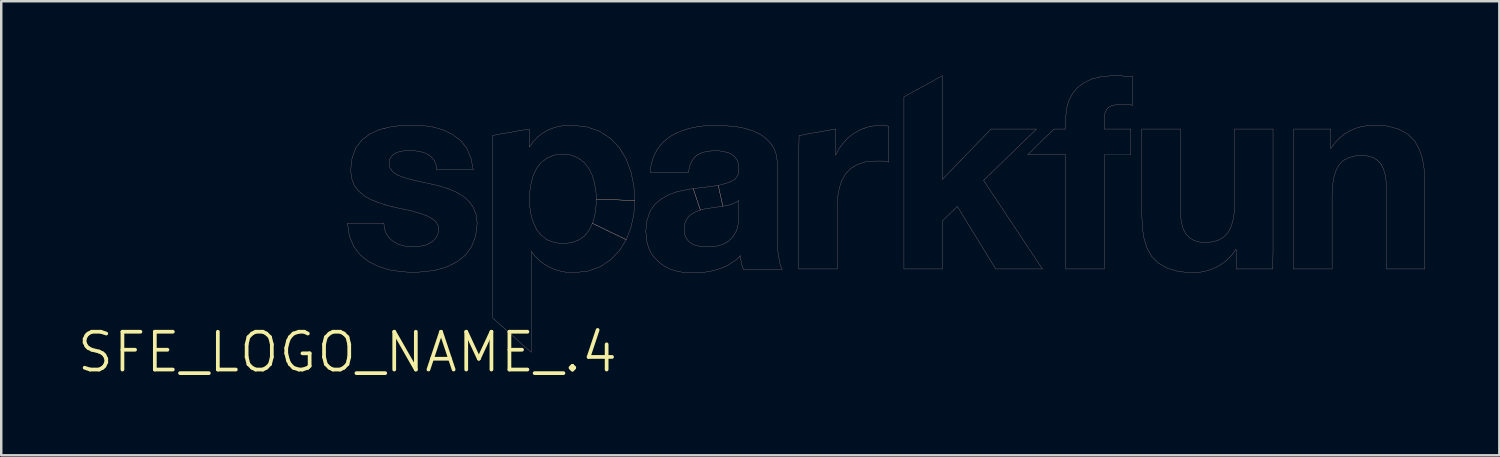
<source format=kicad_pcb>
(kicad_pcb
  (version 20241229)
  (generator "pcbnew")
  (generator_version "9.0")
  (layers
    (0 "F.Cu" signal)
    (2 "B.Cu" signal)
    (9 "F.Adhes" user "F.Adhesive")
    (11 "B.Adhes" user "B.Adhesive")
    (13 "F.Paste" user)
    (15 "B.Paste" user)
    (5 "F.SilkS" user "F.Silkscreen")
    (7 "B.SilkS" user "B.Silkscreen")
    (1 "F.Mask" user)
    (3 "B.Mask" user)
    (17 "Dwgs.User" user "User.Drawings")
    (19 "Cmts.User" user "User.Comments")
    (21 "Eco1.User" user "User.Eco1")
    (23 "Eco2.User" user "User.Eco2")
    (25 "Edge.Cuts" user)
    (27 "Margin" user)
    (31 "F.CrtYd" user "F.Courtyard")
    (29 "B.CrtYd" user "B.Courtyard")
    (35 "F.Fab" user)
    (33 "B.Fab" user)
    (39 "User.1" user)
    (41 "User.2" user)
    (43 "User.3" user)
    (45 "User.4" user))
  (footprint "SFE_LOGO_NAME_.4"
    (layer "F.Cu")
    (at 10.958 11.152)
    (property "Reference" "SFE_LOGO_NAME_.4" (at 0 0 0) (layer "F.SilkS") (effects (font (size 1.524 1.524) (thickness 0.15))))
    (attr exclude_from_pos_files exclude_from_bom)
    (fp_line (start 0 -5.199) (end 1.288 -5.199) (stroke (width 0.008) (type solid)) (layer "B.SilkS"))
    (fp_line (start 0.079 -4.689) (end 0 -5.199) (stroke (width 0.008) (type solid)) (layer "B.SilkS"))
    (fp_line (start 0.13 -7.348) (end 0.188 -7.838) (stroke (width 0.008) (type solid)) (layer "B.SilkS"))
    (fp_line (start 0.168 -7.008) (end 0.13 -7.348) (stroke (width 0.008) (type solid)) (layer "B.SilkS"))
    (fp_line (start 0.188 -7.838) (end 0.338 -8.24) (stroke (width 0.008) (type solid)) (layer "B.SilkS"))
    (fp_line (start 0.249 -4.27) (end 0.079 -4.689) (stroke (width 0.008) (type solid)) (layer "B.SilkS"))
    (fp_line (start 0.279 -6.718) (end 0.168 -7.008) (stroke (width 0.008) (type solid)) (layer "B.SilkS"))
    (fp_line (start 0.338 -8.24) (end 0.589 -8.56) (stroke (width 0.008) (type solid)) (layer "B.SilkS"))
    (fp_line (start 0.46 -6.49) (end 0.279 -6.718) (stroke (width 0.008) (type solid)) (layer "B.SilkS"))
    (fp_line (start 0.518 -3.919) (end 0.249 -4.27) (stroke (width 0.008) (type solid)) (layer "B.SilkS"))
    (fp_line (start 0.589 -8.56) (end 0.899 -8.799) (stroke (width 0.008) (type solid)) (layer "B.SilkS"))
    (fp_line (start 0.688 -6.299) (end 0.46 -6.49) (stroke (width 0.008) (type solid)) (layer "B.SilkS"))
    (fp_line (start 0.848 -3.658) (end 0.518 -3.919) (stroke (width 0.008) (type solid)) (layer "B.SilkS"))
    (fp_line (start 0.899 -8.799) (end 1.278 -8.969) (stroke (width 0.008) (type solid)) (layer "B.SilkS"))
    (fp_line (start 0.958 -6.149) (end 0.688 -6.299) (stroke (width 0.008) (type solid)) (layer "B.SilkS"))
    (fp_line (start 1.25 -3.459) (end 0.848 -3.658) (stroke (width 0.008) (type solid)) (layer "B.SilkS"))
    (fp_line (start 1.26 -6.03) (end 0.958 -6.149) (stroke (width 0.008) (type solid)) (layer "B.SilkS"))
    (fp_line (start 1.278 -8.969) (end 1.689 -9.078) (stroke (width 0.008) (type solid)) (layer "B.SilkS"))
    (fp_line (start 1.288 -5.199) (end 1.468 -5.199) (stroke (width 0.008) (type solid)) (layer "B.SilkS"))
    (fp_line (start 1.468 -5.199) (end 1.499 -4.958) (stroke (width 0.008) (type solid)) (layer "B.SilkS"))
    (fp_line (start 1.499 -4.958) (end 1.57 -4.768) (stroke (width 0.008) (type solid)) (layer "B.SilkS"))
    (fp_line (start 1.57 -4.768) (end 1.689 -4.6) (stroke (width 0.008) (type solid)) (layer "B.SilkS"))
    (fp_line (start 1.58 -5.928) (end 1.26 -6.03) (stroke (width 0.008) (type solid)) (layer "B.SilkS"))
    (fp_line (start 1.679 -7.61) (end 1.72 -7.419) (stroke (width 0.008) (type solid)) (layer "B.SilkS"))
    (fp_line (start 1.689 -9.078) (end 2.129 -9.139) (stroke (width 0.008) (type solid)) (layer "B.SilkS"))
    (fp_line (start 1.689 -4.6) (end 1.839 -4.468) (stroke (width 0.008) (type solid)) (layer "B.SilkS"))
    (fp_line (start 1.689 -3.32) (end 1.25 -3.459) (stroke (width 0.008) (type solid)) (layer "B.SilkS"))
    (fp_line (start 1.699 -7.77) (end 1.679 -7.61) (stroke (width 0.008) (type solid)) (layer "B.SilkS"))
    (fp_line (start 1.72 -7.419) (end 1.829 -7.269) (stroke (width 0.008) (type solid)) (layer "B.SilkS"))
    (fp_line (start 1.768 -7.889) (end 1.699 -7.77) (stroke (width 0.008) (type solid)) (layer "B.SilkS"))
    (fp_line (start 1.829 -7.269) (end 2.009 -7.148) (stroke (width 0.008) (type solid)) (layer "B.SilkS"))
    (fp_line (start 1.839 -4.468) (end 2.019 -4.369) (stroke (width 0.008) (type solid)) (layer "B.SilkS"))
    (fp_line (start 1.859 -7.978) (end 1.768 -7.889) (stroke (width 0.008) (type solid)) (layer "B.SilkS"))
    (fp_line (start 1.918 -5.839) (end 1.58 -5.928) (stroke (width 0.008) (type solid)) (layer "B.SilkS"))
    (fp_line (start 1.979 -8.049) (end 1.859 -7.978) (stroke (width 0.008) (type solid)) (layer "B.SilkS"))
    (fp_line (start 2.009 -7.148) (end 2.228 -7.059) (stroke (width 0.008) (type solid)) (layer "B.SilkS"))
    (fp_line (start 2.019 -4.369) (end 2.22 -4.298) (stroke (width 0.008) (type solid)) (layer "B.SilkS"))
    (fp_line (start 2.118 -8.09) (end 1.979 -8.049) (stroke (width 0.008) (type solid)) (layer "B.SilkS"))
    (fp_line (start 2.129 -9.139) (end 2.588 -9.159) (stroke (width 0.008) (type solid)) (layer "B.SilkS"))
    (fp_line (start 2.159 -3.249) (end 1.689 -3.32) (stroke (width 0.008) (type solid)) (layer "B.SilkS"))
    (fp_line (start 2.22 -4.298) (end 2.438 -4.26) (stroke (width 0.008) (type solid)) (layer "B.SilkS"))
    (fp_line (start 2.228 -7.059) (end 2.499 -6.98) (stroke (width 0.008) (type solid)) (layer "B.SilkS"))
    (fp_line (start 2.258 -8.118) (end 2.118 -8.09) (stroke (width 0.008) (type solid)) (layer "B.SilkS"))
    (fp_line (start 2.309 -5.758) (end 1.918 -5.839) (stroke (width 0.008) (type solid)) (layer "B.SilkS"))
    (fp_line (start 2.408 -8.128) (end 2.258 -8.118) (stroke (width 0.008) (type solid)) (layer "B.SilkS"))
    (fp_line (start 2.438 -4.26) (end 2.659 -4.249) (stroke (width 0.008) (type solid)) (layer "B.SilkS"))
    (fp_line (start 2.499 -6.98) (end 2.789 -6.909) (stroke (width 0.008) (type solid)) (layer "B.SilkS"))
    (fp_line (start 2.54 -8.128) (end 2.408 -8.128) (stroke (width 0.008) (type solid)) (layer "B.SilkS"))
    (fp_line (start 2.588 -9.159) (end 3.038 -9.139) (stroke (width 0.008) (type solid)) (layer "B.SilkS"))
    (fp_line (start 2.649 -3.218) (end 2.159 -3.249) (stroke (width 0.008) (type solid)) (layer "B.SilkS"))
    (fp_line (start 2.659 -5.679) (end 2.309 -5.758) (stroke (width 0.008) (type solid)) (layer "B.SilkS"))
    (fp_line (start 2.659 -4.249) (end 2.83 -4.26) (stroke (width 0.008) (type solid)) (layer "B.SilkS"))
    (fp_line (start 2.748 -8.118) (end 2.54 -8.128) (stroke (width 0.008) (type solid)) (layer "B.SilkS"))
    (fp_line (start 2.789 -6.909) (end 3.109 -6.838) (stroke (width 0.008) (type solid)) (layer "B.SilkS"))
    (fp_line (start 2.83 -4.26) (end 3.01 -4.288) (stroke (width 0.008) (type solid)) (layer "B.SilkS"))
    (fp_line (start 2.939 -8.09) (end 2.748 -8.118) (stroke (width 0.008) (type solid)) (layer "B.SilkS"))
    (fp_line (start 2.959 -5.588) (end 2.659 -5.679) (stroke (width 0.008) (type solid)) (layer "B.SilkS"))
    (fp_line (start 3.01 -4.288) (end 3.178 -4.328) (stroke (width 0.008) (type solid)) (layer "B.SilkS"))
    (fp_line (start 3.038 -9.139) (end 3.47 -9.078) (stroke (width 0.008) (type solid)) (layer "B.SilkS"))
    (fp_line (start 3.109 -8.039) (end 2.939 -8.09) (stroke (width 0.008) (type solid)) (layer "B.SilkS"))
    (fp_line (start 3.109 -6.838) (end 3.439 -6.769) (stroke (width 0.008) (type solid)) (layer "B.SilkS"))
    (fp_line (start 3.129 -3.249) (end 2.649 -3.218) (stroke (width 0.008) (type solid)) (layer "B.SilkS"))
    (fp_line (start 3.178 -4.328) (end 3.33 -4.409) (stroke (width 0.008) (type solid)) (layer "B.SilkS"))
    (fp_line (start 3.208 -5.499) (end 2.959 -5.588) (stroke (width 0.008) (type solid)) (layer "B.SilkS"))
    (fp_line (start 3.259 -7.968) (end 3.109 -8.039) (stroke (width 0.008) (type solid)) (layer "B.SilkS"))
    (fp_line (start 3.33 -4.409) (end 3.47 -4.498) (stroke (width 0.008) (type solid)) (layer "B.SilkS"))
    (fp_line (start 3.388 -7.869) (end 3.259 -7.968) (stroke (width 0.008) (type solid)) (layer "B.SilkS"))
    (fp_line (start 3.409 -5.39) (end 3.208 -5.499) (stroke (width 0.008) (type solid)) (layer "B.SilkS"))
    (fp_line (start 3.439 -6.769) (end 3.769 -6.688) (stroke (width 0.008) (type solid)) (layer "B.SilkS"))
    (fp_line (start 3.47 -9.078) (end 3.879 -8.959) (stroke (width 0.008) (type solid)) (layer "B.SilkS"))
    (fp_line (start 3.47 -4.498) (end 3.579 -4.628) (stroke (width 0.008) (type solid)) (layer "B.SilkS"))
    (fp_line (start 3.498 -7.739) (end 3.388 -7.869) (stroke (width 0.008) (type solid)) (layer "B.SilkS"))
    (fp_line (start 3.559 -5.268) (end 3.409 -5.39) (stroke (width 0.008) (type solid)) (layer "B.SilkS"))
    (fp_line (start 3.569 -7.569) (end 3.498 -7.739) (stroke (width 0.008) (type solid)) (layer "B.SilkS"))
    (fp_line (start 3.579 -4.628) (end 3.65 -4.778) (stroke (width 0.008) (type solid)) (layer "B.SilkS"))
    (fp_line (start 3.589 -3.32) (end 3.129 -3.249) (stroke (width 0.008) (type solid)) (layer "B.SilkS"))
    (fp_line (start 3.599 -7.358) (end 3.569 -7.569) (stroke (width 0.008) (type solid)) (layer "B.SilkS"))
    (fp_line (start 3.65 -5.128) (end 3.559 -5.268) (stroke (width 0.008) (type solid)) (layer "B.SilkS"))
    (fp_line (start 3.65 -4.778) (end 3.678 -4.968) (stroke (width 0.008) (type solid)) (layer "B.SilkS"))
    (fp_line (start 3.678 -4.968) (end 3.65 -5.128) (stroke (width 0.008) (type solid)) (layer "B.SilkS"))
    (fp_line (start 3.769 -6.688) (end 4.1 -6.579) (stroke (width 0.008) (type solid)) (layer "B.SilkS"))
    (fp_line (start 3.879 -8.959) (end 4.239 -8.778) (stroke (width 0.008) (type solid)) (layer "B.SilkS"))
    (fp_line (start 4.028 -3.449) (end 3.589 -3.32) (stroke (width 0.008) (type solid)) (layer "B.SilkS"))
    (fp_line (start 4.1 -6.579) (end 4.399 -6.449) (stroke (width 0.008) (type solid)) (layer "B.SilkS"))
    (fp_line (start 4.239 -8.778) (end 4.559 -8.539) (stroke (width 0.008) (type solid)) (layer "B.SilkS"))
    (fp_line (start 4.399 -6.449) (end 4.669 -6.289) (stroke (width 0.008) (type solid)) (layer "B.SilkS"))
    (fp_line (start 4.42 -3.65) (end 4.028 -3.449) (stroke (width 0.008) (type solid)) (layer "B.SilkS"))
    (fp_line (start 4.559 -8.539) (end 4.808 -8.23) (stroke (width 0.008) (type solid)) (layer "B.SilkS"))
    (fp_line (start 4.669 -6.289) (end 4.9 -6.088) (stroke (width 0.008) (type solid)) (layer "B.SilkS"))
    (fp_line (start 4.75 -3.909) (end 4.42 -3.65) (stroke (width 0.008) (type solid)) (layer "B.SilkS"))
    (fp_line (start 4.808 -8.23) (end 4.978 -7.838) (stroke (width 0.008) (type solid)) (layer "B.SilkS"))
    (fp_line (start 4.9 -6.088) (end 5.07 -5.85) (stroke (width 0.008) (type solid)) (layer "B.SilkS"))
    (fp_line (start 4.978 -7.838) (end 5.07 -7.358) (stroke (width 0.008) (type solid)) (layer "B.SilkS"))
    (fp_line (start 4.999 -4.249) (end 4.75 -3.909) (stroke (width 0.008) (type solid)) (layer "B.SilkS"))
    (fp_line (start 5.07 -7.358) (end 3.599 -7.358) (stroke (width 0.008) (type solid)) (layer "B.SilkS"))
    (fp_line (start 5.07 -5.85) (end 5.189 -5.55) (stroke (width 0.008) (type solid)) (layer "B.SilkS"))
    (fp_line (start 5.169 -4.679) (end 4.999 -4.249) (stroke (width 0.008) (type solid)) (layer "B.SilkS"))
    (fp_line (start 5.189 -5.55) (end 5.23 -5.189) (stroke (width 0.008) (type solid)) (layer "B.SilkS"))
    (fp_line (start 5.23 -5.189) (end 5.169 -4.679) (stroke (width 0.008) (type solid)) (layer "B.SilkS"))
    (fp_line (start 5.86 -8.738) (end 6.038 -8.778) (stroke (width 0.008) (type solid)) (layer "B.SilkS"))
    (fp_line (start 5.86 -1.379) (end 5.86 -8.738) (stroke (width 0.008) (type solid)) (layer "B.SilkS"))
    (fp_line (start 6.038 -8.778) (end 6.228 -8.809) (stroke (width 0.008) (type solid)) (layer "B.SilkS"))
    (fp_line (start 6.048 -1.209) (end 5.86 -1.379) (stroke (width 0.008) (type solid)) (layer "B.SilkS"))
    (fp_line (start 6.228 -8.809) (end 6.408 -8.839) (stroke (width 0.008) (type solid)) (layer "B.SilkS"))
    (fp_line (start 6.248 -1.029) (end 6.048 -1.209) (stroke (width 0.008) (type solid)) (layer "B.SilkS"))
    (fp_line (start 6.408 -8.839) (end 6.599 -8.87) (stroke (width 0.008) (type solid)) (layer "B.SilkS"))
    (fp_line (start 6.439 -0.859) (end 6.248 -1.029) (stroke (width 0.008) (type solid)) (layer "B.SilkS"))
    (fp_line (start 6.599 -8.87) (end 6.779 -8.908) (stroke (width 0.008) (type solid)) (layer "B.SilkS"))
    (fp_line (start 6.629 -0.688) (end 6.439 -0.859) (stroke (width 0.008) (type solid)) (layer "B.SilkS"))
    (fp_line (start 6.779 -8.908) (end 6.96 -8.938) (stroke (width 0.008) (type solid)) (layer "B.SilkS"))
    (fp_line (start 6.828 -0.518) (end 6.629 -0.688) (stroke (width 0.008) (type solid)) (layer "B.SilkS"))
    (fp_line (start 6.96 -8.938) (end 7.148 -8.969) (stroke (width 0.008) (type solid)) (layer "B.SilkS"))
    (fp_line (start 7.018 -0.338) (end 6.828 -0.518) (stroke (width 0.008) (type solid)) (layer "B.SilkS"))
    (fp_line (start 7.148 -8.969) (end 7.328 -8.999) (stroke (width 0.008) (type solid)) (layer "B.SilkS"))
    (fp_line (start 7.219 -0.168) (end 7.018 -0.338) (stroke (width 0.008) (type solid)) (layer "B.SilkS"))
    (fp_line (start 7.328 -8.999) (end 7.328 -8.278) (stroke (width 0.008) (type solid)) (layer "B.SilkS"))
    (fp_line (start 7.328 -8.278) (end 7.338 -8.278) (stroke (width 0.008) (type solid)) (layer "B.SilkS"))
    (fp_line (start 7.338 -8.278) (end 7.498 -8.499) (stroke (width 0.008) (type solid)) (layer "B.SilkS"))
    (fp_line (start 7.338 -6.17) (end 7.358 -5.829) (stroke (width 0.008) (type solid)) (layer "B.SilkS"))
    (fp_line (start 7.358 -6.507) (end 7.338 -6.17) (stroke (width 0.008) (type solid)) (layer "B.SilkS"))
    (fp_line (start 7.358 -5.829) (end 7.409 -5.499) (stroke (width 0.008) (type solid)) (layer "B.SilkS"))
    (fp_line (start 7.409 -6.838) (end 7.358 -6.507) (stroke (width 0.008) (type solid)) (layer "B.SilkS"))
    (fp_line (start 7.409 -5.499) (end 7.508 -5.199) (stroke (width 0.008) (type solid)) (layer "B.SilkS"))
    (fp_line (start 7.409 -4.059) (end 7.409 0) (stroke (width 0.008) (type solid)) (layer "B.SilkS"))
    (fp_line (start 7.409 0) (end 7.219 -0.168) (stroke (width 0.008) (type solid)) (layer "B.SilkS"))
    (fp_line (start 7.419 -4.059) (end 7.409 -4.059) (stroke (width 0.008) (type solid)) (layer "B.SilkS"))
    (fp_line (start 7.498 -8.499) (end 7.668 -8.679) (stroke (width 0.008) (type solid)) (layer "B.SilkS"))
    (fp_line (start 7.498 -7.148) (end 7.409 -6.838) (stroke (width 0.008) (type solid)) (layer "B.SilkS"))
    (fp_line (start 7.508 -5.199) (end 7.638 -4.928) (stroke (width 0.008) (type solid)) (layer "B.SilkS"))
    (fp_line (start 7.569 -3.868) (end 7.419 -4.059) (stroke (width 0.008) (type solid)) (layer "B.SilkS"))
    (fp_line (start 7.628 -7.419) (end 7.498 -7.148) (stroke (width 0.008) (type solid)) (layer "B.SilkS"))
    (fp_line (start 7.638 -4.928) (end 7.828 -4.699) (stroke (width 0.008) (type solid)) (layer "B.SilkS"))
    (fp_line (start 7.668 -8.679) (end 7.859 -8.829) (stroke (width 0.008) (type solid)) (layer "B.SilkS"))
    (fp_line (start 7.75 -3.688) (end 7.569 -3.868) (stroke (width 0.008) (type solid)) (layer "B.SilkS"))
    (fp_line (start 7.808 -7.648) (end 7.628 -7.419) (stroke (width 0.008) (type solid)) (layer "B.SilkS"))
    (fp_line (start 7.828 -4.699) (end 8.059 -4.529) (stroke (width 0.008) (type solid)) (layer "B.SilkS"))
    (fp_line (start 7.859 -8.829) (end 8.059 -8.948) (stroke (width 0.008) (type solid)) (layer "B.SilkS"))
    (fp_line (start 7.938 -3.548) (end 7.75 -3.688) (stroke (width 0.008) (type solid)) (layer "B.SilkS"))
    (fp_line (start 8.049 -7.828) (end 7.808 -7.648) (stroke (width 0.008) (type solid)) (layer "B.SilkS"))
    (fp_line (start 8.059 -8.948) (end 8.288 -9.04) (stroke (width 0.008) (type solid)) (layer "B.SilkS"))
    (fp_line (start 8.059 -4.529) (end 8.349 -4.42) (stroke (width 0.008) (type solid)) (layer "B.SilkS"))
    (fp_line (start 8.148 -3.429) (end 7.938 -3.548) (stroke (width 0.008) (type solid)) (layer "B.SilkS"))
    (fp_line (start 8.288 -9.04) (end 8.519 -9.108) (stroke (width 0.008) (type solid)) (layer "B.SilkS"))
    (fp_line (start 8.329 -7.948) (end 8.049 -7.828) (stroke (width 0.008) (type solid)) (layer "B.SilkS"))
    (fp_line (start 8.349 -4.42) (end 8.7 -4.379) (stroke (width 0.008) (type solid)) (layer "B.SilkS"))
    (fp_line (start 8.369 -3.33) (end 8.148 -3.429) (stroke (width 0.008) (type solid)) (layer "B.SilkS"))
    (fp_line (start 8.519 -9.108) (end 8.768 -9.139) (stroke (width 0.008) (type solid)) (layer "B.SilkS"))
    (fp_line (start 8.608 -3.269) (end 8.369 -3.33) (stroke (width 0.008) (type solid)) (layer "B.SilkS"))
    (fp_line (start 8.679 -7.988) (end 8.329 -7.948) (stroke (width 0.008) (type solid)) (layer "B.SilkS"))
    (fp_line (start 8.7 -4.379) (end 9.04 -4.42) (stroke (width 0.008) (type solid)) (layer "B.SilkS"))
    (fp_line (start 8.768 -9.139) (end 9.02 -9.159) (stroke (width 0.008) (type solid)) (layer "B.SilkS"))
    (fp_line (start 8.849 -3.218) (end 8.608 -3.269) (stroke (width 0.008) (type solid)) (layer "B.SilkS"))
    (fp_line (start 9.02 -9.159) (end 9.639 -9.088) (stroke (width 0.008) (type solid)) (layer "B.SilkS"))
    (fp_line (start 9.03 -7.948) (end 8.679 -7.988) (stroke (width 0.008) (type solid)) (layer "B.SilkS"))
    (fp_line (start 9.04 -4.42) (end 9.329 -4.529) (stroke (width 0.008) (type solid)) (layer "B.SilkS"))
    (fp_line (start 9.108 -3.208) (end 8.849 -3.218) (stroke (width 0.008) (type solid)) (layer "B.SilkS"))
    (fp_line (start 9.309 -7.828) (end 9.03 -7.948) (stroke (width 0.008) (type solid)) (layer "B.SilkS"))
    (fp_line (start 9.329 -4.529) (end 9.568 -4.699) (stroke (width 0.008) (type solid)) (layer "B.SilkS"))
    (fp_line (start 9.548 -7.648) (end 9.309 -7.828) (stroke (width 0.008) (type solid)) (layer "B.SilkS"))
    (fp_line (start 9.568 -4.699) (end 9.749 -4.928) (stroke (width 0.008) (type solid)) (layer "B.SilkS"))
    (fp_line (start 9.639 -9.088) (end 10.168 -8.908) (stroke (width 0.008) (type solid)) (layer "B.SilkS"))
    (fp_line (start 9.688 -3.269) (end 9.108 -3.208) (stroke (width 0.008) (type solid)) (layer "B.SilkS"))
    (fp_line (start 9.728 -7.419) (end 9.548 -7.648) (stroke (width 0.008) (type solid)) (layer "B.SilkS"))
    (fp_line (start 9.749 -4.928) (end 9.878 -5.199) (stroke (width 0.008) (type solid)) (layer "B.SilkS"))
    (fp_line (start 9.868 -7.14) (end 9.728 -7.419) (stroke (width 0.008) (type solid)) (layer "B.SilkS"))
    (fp_line (start 9.878 -5.199) (end 9.97 -5.499) (stroke (width 0.008) (type solid)) (layer "B.SilkS"))
    (fp_line (start 9.878 -5.199) (end 11.239 -4.539) (stroke (width 0.008) (type solid)) (layer "B.SilkS"))
    (fp_line (start 9.959 -6.828) (end 9.868 -7.14) (stroke (width 0.008) (type solid)) (layer "B.SilkS"))
    (fp_line (start 9.97 -5.499) (end 10.018 -5.829) (stroke (width 0.008) (type solid)) (layer "B.SilkS"))
    (fp_line (start 10.018 -6.5) (end 9.959 -6.828) (stroke (width 0.008) (type solid)) (layer "B.SilkS"))
    (fp_line (start 10.018 -5.829) (end 10.038 -6.17) (stroke (width 0.008) (type solid)) (layer "B.SilkS"))
    (fp_line (start 10.038 -6.17) (end 10.018 -6.5) (stroke (width 0.008) (type solid)) (layer "B.SilkS"))
    (fp_line (start 10.038 -6.17) (end 11.587 -6.119) (stroke (width 0.008) (type solid)) (layer "B.SilkS"))
    (fp_line (start 10.168 -8.908) (end 10.61 -8.618) (stroke (width 0.008) (type solid)) (layer "B.SilkS"))
    (fp_line (start 10.198 -3.449) (end 9.688 -3.269) (stroke (width 0.008) (type solid)) (layer "B.SilkS"))
    (fp_line (start 10.61 -8.618) (end 10.968 -8.24) (stroke (width 0.008) (type solid)) (layer "B.SilkS"))
    (fp_line (start 10.62 -3.739) (end 10.198 -3.449) (stroke (width 0.008) (type solid)) (layer "B.SilkS"))
    (fp_line (start 10.968 -8.24) (end 11.239 -7.788) (stroke (width 0.008) (type solid)) (layer "B.SilkS"))
    (fp_line (start 10.968 -4.1) (end 10.62 -3.739) (stroke (width 0.008) (type solid)) (layer "B.SilkS"))
    (fp_line (start 11.239 -7.788) (end 11.43 -7.269) (stroke (width 0.008) (type solid)) (layer "B.SilkS"))
    (fp_line (start 11.239 -4.539) (end 9.878 -5.199) (stroke (width 0.008) (type solid)) (layer "B.SilkS"))
    (fp_line (start 11.239 -4.539) (end 10.968 -4.1) (stroke (width 0.008) (type solid)) (layer "B.SilkS"))
    (fp_line (start 11.43 -7.269) (end 11.549 -6.708) (stroke (width 0.008) (type solid)) (layer "B.SilkS"))
    (fp_line (start 11.43 -5.029) (end 11.239 -4.539) (stroke (width 0.008) (type solid)) (layer "B.SilkS"))
    (fp_line (start 11.549 -6.708) (end 11.587 -6.119) (stroke (width 0.008) (type solid)) (layer "B.SilkS"))
    (fp_line (start 11.549 -5.568) (end 11.43 -5.029) (stroke (width 0.008) (type solid)) (layer "B.SilkS"))
    (fp_line (start 11.587 -6.119) (end 10.038 -6.17) (stroke (width 0.008) (type solid)) (layer "B.SilkS"))
    (fp_line (start 11.587 -6.119) (end 11.549 -5.568) (stroke (width 0.008) (type solid)) (layer "B.SilkS"))
    (fp_line (start 12.029 -4.889) (end 12.078 -5.319) (stroke (width 0.008) (type solid)) (layer "B.SilkS"))
    (fp_line (start 12.05 -4.679) (end 12.029 -4.889) (stroke (width 0.008) (type solid)) (layer "B.SilkS"))
    (fp_line (start 12.068 -4.478) (end 12.05 -4.679) (stroke (width 0.008) (type solid)) (layer "B.SilkS"))
    (fp_line (start 12.078 -5.319) (end 12.2 -5.679) (stroke (width 0.008) (type solid)) (layer "B.SilkS"))
    (fp_line (start 12.118 -4.298) (end 12.068 -4.478) (stroke (width 0.008) (type solid)) (layer "B.SilkS"))
    (fp_line (start 12.179 -4.128) (end 12.118 -4.298) (stroke (width 0.008) (type solid)) (layer "B.SilkS"))
    (fp_line (start 12.2 -5.679) (end 12.388 -5.959) (stroke (width 0.008) (type solid)) (layer "B.SilkS"))
    (fp_line (start 12.21 -7.259) (end 12.238 -7.518) (stroke (width 0.008) (type solid)) (layer "B.SilkS"))
    (fp_line (start 12.238 -7.518) (end 12.299 -7.76) (stroke (width 0.008) (type solid)) (layer "B.SilkS"))
    (fp_line (start 12.258 -3.978) (end 12.179 -4.128) (stroke (width 0.008) (type solid)) (layer "B.SilkS"))
    (fp_line (start 12.299 -7.76) (end 12.38 -7.968) (stroke (width 0.008) (type solid)) (layer "B.SilkS"))
    (fp_line (start 12.36 -3.838) (end 12.258 -3.978) (stroke (width 0.008) (type solid)) (layer "B.SilkS"))
    (fp_line (start 12.38 -7.968) (end 12.479 -8.158) (stroke (width 0.008) (type solid)) (layer "B.SilkS"))
    (fp_line (start 12.388 -5.959) (end 12.639 -6.17) (stroke (width 0.008) (type solid)) (layer "B.SilkS"))
    (fp_line (start 12.469 -3.719) (end 12.36 -3.838) (stroke (width 0.008) (type solid)) (layer "B.SilkS"))
    (fp_line (start 12.479 -8.158) (end 12.609 -8.339) (stroke (width 0.008) (type solid)) (layer "B.SilkS"))
    (fp_line (start 12.588 -3.609) (end 12.469 -3.719) (stroke (width 0.008) (type solid)) (layer "B.SilkS"))
    (fp_line (start 12.609 -8.339) (end 12.748 -8.489) (stroke (width 0.008) (type solid)) (layer "B.SilkS"))
    (fp_line (start 12.639 -6.17) (end 12.929 -6.34) (stroke (width 0.008) (type solid)) (layer "B.SilkS"))
    (fp_line (start 12.728 -3.508) (end 12.588 -3.609) (stroke (width 0.008) (type solid)) (layer "B.SilkS"))
    (fp_line (start 12.748 -8.489) (end 12.918 -8.628) (stroke (width 0.008) (type solid)) (layer "B.SilkS"))
    (fp_line (start 12.868 -3.419) (end 12.728 -3.508) (stroke (width 0.008) (type solid)) (layer "B.SilkS"))
    (fp_line (start 12.918 -8.628) (end 13.089 -8.748) (stroke (width 0.008) (type solid)) (layer "B.SilkS"))
    (fp_line (start 12.929 -6.34) (end 13.249 -6.459) (stroke (width 0.008) (type solid)) (layer "B.SilkS"))
    (fp_line (start 13.028 -3.348) (end 12.868 -3.419) (stroke (width 0.008) (type solid)) (layer "B.SilkS"))
    (fp_line (start 13.089 -8.748) (end 13.289 -8.849) (stroke (width 0.008) (type solid)) (layer "B.SilkS"))
    (fp_line (start 13.198 -3.289) (end 13.028 -3.348) (stroke (width 0.008) (type solid)) (layer "B.SilkS"))
    (fp_line (start 13.249 -6.459) (end 13.589 -6.538) (stroke (width 0.008) (type solid)) (layer "B.SilkS"))
    (fp_line (start 13.289 -8.849) (end 13.49 -8.928) (stroke (width 0.008) (type solid)) (layer "B.SilkS"))
    (fp_line (start 13.378 -3.249) (end 13.198 -3.289) (stroke (width 0.008) (type solid)) (layer "B.SilkS"))
    (fp_line (start 13.49 -8.928) (end 13.698 -8.999) (stroke (width 0.008) (type solid)) (layer "B.SilkS"))
    (fp_line (start 13.559 -3.218) (end 13.378 -3.249) (stroke (width 0.008) (type solid)) (layer "B.SilkS"))
    (fp_line (start 13.579 -5.06) (end 13.579 -4.859) (stroke (width 0.008) (type solid)) (layer "B.SilkS"))
    (fp_line (start 13.579 -4.859) (end 13.599 -4.768) (stroke (width 0.008) (type solid)) (layer "B.SilkS"))
    (fp_line (start 13.589 -6.538) (end 13.94 -6.599) (stroke (width 0.008) (type solid)) (layer "B.SilkS"))
    (fp_line (start 13.599 -5.159) (end 13.579 -5.06) (stroke (width 0.008) (type solid)) (layer "B.SilkS"))
    (fp_line (start 13.599 -4.768) (end 13.619 -4.689) (stroke (width 0.008) (type solid)) (layer "B.SilkS"))
    (fp_line (start 13.619 -5.237) (end 13.599 -5.159) (stroke (width 0.008) (type solid)) (layer "B.SilkS"))
    (fp_line (start 13.619 -4.689) (end 13.658 -4.608) (stroke (width 0.008) (type solid)) (layer "B.SilkS"))
    (fp_line (start 13.658 -5.319) (end 13.619 -5.237) (stroke (width 0.008) (type solid)) (layer "B.SilkS"))
    (fp_line (start 13.658 -4.608) (end 13.698 -4.539) (stroke (width 0.008) (type solid)) (layer "B.SilkS"))
    (fp_line (start 13.698 -8.999) (end 13.929 -9.058) (stroke (width 0.008) (type solid)) (layer "B.SilkS"))
    (fp_line (start 13.698 -5.39) (end 13.658 -5.319) (stroke (width 0.008) (type solid)) (layer "B.SilkS"))
    (fp_line (start 13.698 -4.539) (end 13.749 -4.488) (stroke (width 0.008) (type solid)) (layer "B.SilkS"))
    (fp_line (start 13.739 -5.448) (end 13.698 -5.39) (stroke (width 0.008) (type solid)) (layer "B.SilkS"))
    (fp_line (start 13.749 -4.488) (end 13.8 -4.43) (stroke (width 0.008) (type solid)) (layer "B.SilkS"))
    (fp_line (start 13.759 -7.259) (end 12.21 -7.259) (stroke (width 0.008) (type solid)) (layer "B.SilkS"))
    (fp_line (start 13.759 -3.198) (end 13.559 -3.218) (stroke (width 0.008) (type solid)) (layer "B.SilkS"))
    (fp_line (start 13.769 -7.369) (end 13.759 -7.259) (stroke (width 0.008) (type solid)) (layer "B.SilkS"))
    (fp_line (start 13.79 -7.468) (end 13.769 -7.369) (stroke (width 0.008) (type solid)) (layer "B.SilkS"))
    (fp_line (start 13.8 -5.509) (end 13.739 -5.448) (stroke (width 0.008) (type solid)) (layer "B.SilkS"))
    (fp_line (start 13.8 -4.43) (end 13.868 -4.389) (stroke (width 0.008) (type solid)) (layer "B.SilkS"))
    (fp_line (start 13.818 -7.569) (end 13.79 -7.468) (stroke (width 0.008) (type solid)) (layer "B.SilkS"))
    (fp_line (start 13.858 -7.648) (end 13.818 -7.569) (stroke (width 0.008) (type solid)) (layer "B.SilkS"))
    (fp_line (start 13.858 -5.558) (end 13.8 -5.509) (stroke (width 0.008) (type solid)) (layer "B.SilkS"))
    (fp_line (start 13.868 -4.389) (end 13.94 -4.348) (stroke (width 0.008) (type solid)) (layer "B.SilkS"))
    (fp_line (start 13.899 -7.729) (end 13.858 -7.648) (stroke (width 0.008) (type solid)) (layer "B.SilkS"))
    (fp_line (start 13.919 -5.598) (end 13.858 -5.558) (stroke (width 0.008) (type solid)) (layer "B.SilkS"))
    (fp_line (start 13.929 -9.058) (end 14.148 -9.098) (stroke (width 0.008) (type solid)) (layer "B.SilkS"))
    (fp_line (start 13.94 -6.599) (end 14.229 -5.728) (stroke (width 0.008) (type solid)) (layer "B.SilkS"))
    (fp_line (start 13.94 -6.599) (end 14.287 -6.64) (stroke (width 0.008) (type solid)) (layer "B.SilkS"))
    (fp_line (start 13.94 -4.348) (end 14.008 -4.318) (stroke (width 0.008) (type solid)) (layer "B.SilkS"))
    (fp_line (start 13.95 -7.798) (end 13.899 -7.729) (stroke (width 0.008) (type solid)) (layer "B.SilkS"))
    (fp_line (start 13.998 -7.859) (end 13.95 -7.798) (stroke (width 0.008) (type solid)) (layer "B.SilkS"))
    (fp_line (start 13.998 -5.639) (end 13.919 -5.598) (stroke (width 0.008) (type solid)) (layer "B.SilkS"))
    (fp_line (start 14.008 -4.318) (end 14.089 -4.298) (stroke (width 0.008) (type solid)) (layer "B.SilkS"))
    (fp_line (start 14.059 -7.92) (end 13.998 -7.859) (stroke (width 0.008) (type solid)) (layer "B.SilkS"))
    (fp_line (start 14.069 -5.679) (end 13.998 -5.639) (stroke (width 0.008) (type solid)) (layer "B.SilkS"))
    (fp_line (start 14.089 -4.298) (end 14.168 -4.28) (stroke (width 0.008) (type solid)) (layer "B.SilkS"))
    (fp_line (start 14.089 -3.198) (end 13.759 -3.198) (stroke (width 0.008) (type solid)) (layer "B.SilkS"))
    (fp_line (start 14.127 -7.968) (end 14.059 -7.92) (stroke (width 0.008) (type solid)) (layer "B.SilkS"))
    (fp_line (start 14.148 -9.098) (end 14.389 -9.129) (stroke (width 0.008) (type solid)) (layer "B.SilkS"))
    (fp_line (start 14.148 -5.71) (end 14.069 -5.679) (stroke (width 0.008) (type solid)) (layer "B.SilkS"))
    (fp_line (start 14.168 -4.28) (end 14.26 -4.26) (stroke (width 0.008) (type solid)) (layer "B.SilkS"))
    (fp_line (start 14.209 -8.009) (end 14.127 -7.968) (stroke (width 0.008) (type solid)) (layer "B.SilkS"))
    (fp_line (start 14.219 -3.208) (end 14.089 -3.198) (stroke (width 0.008) (type solid)) (layer "B.SilkS"))
    (fp_line (start 14.229 -5.738) (end 13.94 -6.599) (stroke (width 0.008) (type solid)) (layer "B.SilkS"))
    (fp_line (start 14.229 -5.728) (end 14.148 -5.71) (stroke (width 0.008) (type solid)) (layer "B.SilkS"))
    (fp_line (start 14.26 -4.26) (end 14.348 -4.249) (stroke (width 0.008) (type solid)) (layer "B.SilkS"))
    (fp_line (start 14.287 -8.039) (end 14.209 -8.009) (stroke (width 0.008) (type solid)) (layer "B.SilkS"))
    (fp_line (start 14.287 -6.64) (end 14.628 -6.678) (stroke (width 0.008) (type solid)) (layer "B.SilkS"))
    (fp_line (start 14.318 -5.758) (end 14.229 -5.738) (stroke (width 0.008) (type solid)) (layer "B.SilkS"))
    (fp_line (start 14.348 -4.249) (end 14.529 -4.249) (stroke (width 0.008) (type solid)) (layer "B.SilkS"))
    (fp_line (start 14.348 -3.218) (end 14.219 -3.208) (stroke (width 0.008) (type solid)) (layer "B.SilkS"))
    (fp_line (start 14.379 -8.07) (end 14.287 -8.039) (stroke (width 0.008) (type solid)) (layer "B.SilkS"))
    (fp_line (start 14.389 -9.129) (end 14.618 -9.139) (stroke (width 0.008) (type solid)) (layer "B.SilkS"))
    (fp_line (start 14.409 -5.779) (end 14.318 -5.758) (stroke (width 0.008) (type solid)) (layer "B.SilkS"))
    (fp_line (start 14.468 -8.09) (end 14.379 -8.07) (stroke (width 0.008) (type solid)) (layer "B.SilkS"))
    (fp_line (start 14.478 -3.239) (end 14.348 -3.218) (stroke (width 0.008) (type solid)) (layer "B.SilkS"))
    (fp_line (start 14.498 -5.789) (end 14.409 -5.779) (stroke (width 0.008) (type solid)) (layer "B.SilkS"))
    (fp_line (start 14.529 -4.249) (end 14.74 -4.26) (stroke (width 0.008) (type solid)) (layer "B.SilkS"))
    (fp_line (start 14.569 -8.098) (end 14.468 -8.09) (stroke (width 0.008) (type solid)) (layer "B.SilkS"))
    (fp_line (start 14.59 -5.809) (end 14.498 -5.789) (stroke (width 0.008) (type solid)) (layer "B.SilkS"))
    (fp_line (start 14.608 -3.259) (end 14.478 -3.239) (stroke (width 0.008) (type solid)) (layer "B.SilkS"))
    (fp_line (start 14.618 -9.139) (end 15.07 -9.139) (stroke (width 0.008) (type solid)) (layer "B.SilkS"))
    (fp_line (start 14.628 -6.678) (end 14.948 -6.728) (stroke (width 0.008) (type solid)) (layer "B.SilkS"))
    (fp_line (start 14.668 -8.118) (end 14.569 -8.098) (stroke (width 0.008) (type solid)) (layer "B.SilkS"))
    (fp_line (start 14.679 -5.819) (end 14.59 -5.809) (stroke (width 0.008) (type solid)) (layer "B.SilkS"))
    (fp_line (start 14.729 -3.289) (end 14.608 -3.259) (stroke (width 0.008) (type solid)) (layer "B.SilkS"))
    (fp_line (start 14.74 -4.26) (end 14.928 -4.288) (stroke (width 0.008) (type solid)) (layer "B.SilkS"))
    (fp_line (start 14.768 -5.839) (end 14.679 -5.819) (stroke (width 0.008) (type solid)) (layer "B.SilkS"))
    (fp_line (start 14.859 -5.85) (end 14.768 -5.839) (stroke (width 0.008) (type solid)) (layer "B.SilkS"))
    (fp_line (start 14.859 -3.32) (end 14.729 -3.289) (stroke (width 0.008) (type solid)) (layer "B.SilkS"))
    (fp_line (start 14.928 -4.288) (end 15.098 -4.338) (stroke (width 0.008) (type solid)) (layer "B.SilkS"))
    (fp_line (start 14.948 -6.728) (end 15.138 -5.888) (stroke (width 0.008) (type solid)) (layer "B.SilkS"))
    (fp_line (start 14.948 -6.728) (end 15.23 -6.8) (stroke (width 0.008) (type solid)) (layer "B.SilkS"))
    (fp_line (start 14.958 -5.86) (end 14.859 -5.85) (stroke (width 0.008) (type solid)) (layer "B.SilkS"))
    (fp_line (start 14.978 -8.118) (end 14.668 -8.118) (stroke (width 0.008) (type solid)) (layer "B.SilkS"))
    (fp_line (start 14.978 -3.358) (end 14.859 -3.32) (stroke (width 0.008) (type solid)) (layer "B.SilkS"))
    (fp_line (start 15.05 -5.878) (end 14.958 -5.86) (stroke (width 0.008) (type solid)) (layer "B.SilkS"))
    (fp_line (start 15.07 -9.139) (end 15.288 -9.129) (stroke (width 0.008) (type solid)) (layer "B.SilkS"))
    (fp_line (start 15.08 -8.108) (end 14.978 -8.118) (stroke (width 0.008) (type solid)) (layer "B.SilkS"))
    (fp_line (start 15.098 -4.338) (end 15.24 -4.399) (stroke (width 0.008) (type solid)) (layer "B.SilkS"))
    (fp_line (start 15.098 -3.399) (end 14.978 -3.358) (stroke (width 0.008) (type solid)) (layer "B.SilkS"))
    (fp_line (start 15.138 -5.888) (end 14.948 -6.728) (stroke (width 0.008) (type solid)) (layer "B.SilkS"))
    (fp_line (start 15.138 -5.888) (end 15.05 -5.878) (stroke (width 0.008) (type solid)) (layer "B.SilkS"))
    (fp_line (start 15.169 -8.09) (end 15.08 -8.108) (stroke (width 0.008) (type solid)) (layer "B.SilkS"))
    (fp_line (start 15.22 -5.908) (end 15.138 -5.888) (stroke (width 0.008) (type solid)) (layer "B.SilkS"))
    (fp_line (start 15.22 -3.449) (end 15.098 -3.399) (stroke (width 0.008) (type solid)) (layer "B.SilkS"))
    (fp_line (start 15.23 -6.8) (end 15.458 -6.878) (stroke (width 0.008) (type solid)) (layer "B.SilkS"))
    (fp_line (start 15.24 -4.399) (end 15.359 -4.478) (stroke (width 0.008) (type solid)) (layer "B.SilkS"))
    (fp_line (start 15.258 -8.07) (end 15.169 -8.09) (stroke (width 0.008) (type solid)) (layer "B.SilkS"))
    (fp_line (start 15.288 -9.129) (end 15.509 -9.108) (stroke (width 0.008) (type solid)) (layer "B.SilkS"))
    (fp_line (start 15.309 -5.918) (end 15.22 -5.908) (stroke (width 0.008) (type solid)) (layer "B.SilkS"))
    (fp_line (start 15.339 -8.049) (end 15.258 -8.07) (stroke (width 0.008) (type solid)) (layer "B.SilkS"))
    (fp_line (start 15.339 -3.508) (end 15.22 -3.449) (stroke (width 0.008) (type solid)) (layer "B.SilkS"))
    (fp_line (start 15.359 -4.478) (end 15.458 -4.569) (stroke (width 0.008) (type solid)) (layer "B.SilkS"))
    (fp_line (start 15.39 -5.939) (end 15.309 -5.918) (stroke (width 0.008) (type solid)) (layer "B.SilkS"))
    (fp_line (start 15.418 -8.019) (end 15.339 -8.049) (stroke (width 0.008) (type solid)) (layer "B.SilkS"))
    (fp_line (start 15.448 -3.579) (end 15.339 -3.508) (stroke (width 0.008) (type solid)) (layer "B.SilkS"))
    (fp_line (start 15.458 -6.878) (end 15.639 -6.988) (stroke (width 0.008) (type solid)) (layer "B.SilkS"))
    (fp_line (start 15.458 -4.569) (end 15.54 -4.658) (stroke (width 0.008) (type solid)) (layer "B.SilkS"))
    (fp_line (start 15.469 -5.959) (end 15.39 -5.939) (stroke (width 0.008) (type solid)) (layer "B.SilkS"))
    (fp_line (start 15.489 -7.978) (end 15.418 -8.019) (stroke (width 0.008) (type solid)) (layer "B.SilkS"))
    (fp_line (start 15.509 -9.108) (end 15.718 -9.088) (stroke (width 0.008) (type solid)) (layer "B.SilkS"))
    (fp_line (start 15.54 -5.989) (end 15.469 -5.959) (stroke (width 0.008) (type solid)) (layer "B.SilkS"))
    (fp_line (start 15.54 -4.658) (end 15.608 -4.768) (stroke (width 0.008) (type solid)) (layer "B.SilkS"))
    (fp_line (start 15.55 -7.938) (end 15.489 -7.978) (stroke (width 0.008) (type solid)) (layer "B.SilkS"))
    (fp_line (start 15.557 -3.65) (end 15.448 -3.579) (stroke (width 0.008) (type solid)) (layer "B.SilkS"))
    (fp_line (start 15.608 -7.889) (end 15.55 -7.938) (stroke (width 0.008) (type solid)) (layer "B.SilkS"))
    (fp_line (start 15.608 -6.02) (end 15.54 -5.989) (stroke (width 0.008) (type solid)) (layer "B.SilkS"))
    (fp_line (start 15.608 -4.768) (end 15.669 -4.869) (stroke (width 0.008) (type solid)) (layer "B.SilkS"))
    (fp_line (start 15.639 -6.988) (end 15.748 -7.148) (stroke (width 0.008) (type solid)) (layer "B.SilkS"))
    (fp_line (start 15.659 -7.818) (end 15.608 -7.889) (stroke (width 0.008) (type solid)) (layer "B.SilkS"))
    (fp_line (start 15.659 -3.719) (end 15.557 -3.65) (stroke (width 0.008) (type solid)) (layer "B.SilkS"))
    (fp_line (start 15.669 -6.048) (end 15.608 -6.02) (stroke (width 0.008) (type solid)) (layer "B.SilkS"))
    (fp_line (start 15.669 -4.869) (end 15.71 -4.978) (stroke (width 0.008) (type solid)) (layer "B.SilkS"))
    (fp_line (start 15.71 -7.75) (end 15.659 -7.818) (stroke (width 0.008) (type solid)) (layer "B.SilkS"))
    (fp_line (start 15.71 -4.978) (end 15.738 -5.088) (stroke (width 0.008) (type solid)) (layer "B.SilkS"))
    (fp_line (start 15.718 -9.088) (end 15.928 -9.047) (stroke (width 0.008) (type solid)) (layer "B.SilkS"))
    (fp_line (start 15.728 -6.078) (end 15.669 -6.048) (stroke (width 0.008) (type solid)) (layer "B.SilkS"))
    (fp_line (start 15.738 -7.668) (end 15.71 -7.75) (stroke (width 0.008) (type solid)) (layer "B.SilkS"))
    (fp_line (start 15.738 -5.088) (end 15.758 -5.199) (stroke (width 0.008) (type solid)) (layer "B.SilkS"))
    (fp_line (start 15.748 -7.148) (end 15.778 -7.348) (stroke (width 0.008) (type solid)) (layer "B.SilkS"))
    (fp_line (start 15.758 -5.199) (end 15.768 -5.298) (stroke (width 0.008) (type solid)) (layer "B.SilkS"))
    (fp_line (start 15.758 -3.81) (end 15.659 -3.719) (stroke (width 0.008) (type solid)) (layer "B.SilkS"))
    (fp_line (start 15.768 -7.579) (end 15.738 -7.668) (stroke (width 0.008) (type solid)) (layer "B.SilkS"))
    (fp_line (start 15.768 -5.298) (end 15.778 -5.39) (stroke (width 0.008) (type solid)) (layer "B.SilkS"))
    (fp_line (start 15.778 -7.468) (end 15.768 -7.579) (stroke (width 0.008) (type solid)) (layer "B.SilkS"))
    (fp_line (start 15.778 -7.348) (end 15.778 -7.468) (stroke (width 0.008) (type solid)) (layer "B.SilkS"))
    (fp_line (start 15.778 -6.119) (end 15.728 -6.078) (stroke (width 0.008) (type solid)) (layer "B.SilkS"))
    (fp_line (start 15.778 -5.39) (end 15.778 -6.119) (stroke (width 0.008) (type solid)) (layer "B.SilkS"))
    (fp_line (start 15.85 -3.899) (end 15.758 -3.81) (stroke (width 0.008) (type solid)) (layer "B.SilkS"))
    (fp_line (start 15.85 -3.868) (end 15.85 -3.899) (stroke (width 0.008) (type solid)) (layer "B.SilkS"))
    (fp_line (start 15.86 -3.828) (end 15.85 -3.868) (stroke (width 0.008) (type solid)) (layer "B.SilkS"))
    (fp_line (start 15.86 -3.729) (end 15.86 -3.828) (stroke (width 0.008) (type solid)) (layer "B.SilkS"))
    (fp_line (start 15.87 -3.688) (end 15.86 -3.729) (stroke (width 0.008) (type solid)) (layer "B.SilkS"))
    (fp_line (start 15.87 -3.658) (end 15.87 -3.688) (stroke (width 0.008) (type solid)) (layer "B.SilkS"))
    (fp_line (start 15.878 -3.619) (end 15.87 -3.658) (stroke (width 0.008) (type solid)) (layer "B.SilkS"))
    (fp_line (start 15.888 -3.589) (end 15.878 -3.619) (stroke (width 0.008) (type solid)) (layer "B.SilkS"))
    (fp_line (start 15.898 -3.548) (end 15.888 -3.589) (stroke (width 0.008) (type solid)) (layer "B.SilkS"))
    (fp_line (start 15.898 -3.518) (end 15.898 -3.548) (stroke (width 0.008) (type solid)) (layer "B.SilkS"))
    (fp_line (start 15.918 -3.49) (end 15.898 -3.518) (stroke (width 0.008) (type solid)) (layer "B.SilkS"))
    (fp_line (start 15.928 -9.047) (end 16.139 -8.989) (stroke (width 0.008) (type solid)) (layer "B.SilkS"))
    (fp_line (start 15.928 -3.449) (end 15.918 -3.49) (stroke (width 0.008) (type solid)) (layer "B.SilkS"))
    (fp_line (start 15.938 -3.419) (end 15.928 -3.449) (stroke (width 0.008) (type solid)) (layer "B.SilkS"))
    (fp_line (start 15.949 -3.388) (end 15.938 -3.419) (stroke (width 0.008) (type solid)) (layer "B.SilkS"))
    (fp_line (start 15.959 -3.348) (end 15.949 -3.388) (stroke (width 0.008) (type solid)) (layer "B.SilkS"))
    (fp_line (start 16.139 -8.989) (end 16.34 -8.928) (stroke (width 0.008) (type solid)) (layer "B.SilkS"))
    (fp_line (start 16.34 -8.928) (end 16.518 -8.849) (stroke (width 0.008) (type solid)) (layer "B.SilkS"))
    (fp_line (start 16.518 -8.849) (end 16.688 -8.758) (stroke (width 0.008) (type solid)) (layer "B.SilkS"))
    (fp_line (start 16.688 -8.758) (end 16.848 -8.639) (stroke (width 0.008) (type solid)) (layer "B.SilkS"))
    (fp_line (start 16.848 -8.639) (end 16.988 -8.509) (stroke (width 0.008) (type solid)) (layer "B.SilkS"))
    (fp_line (start 16.988 -8.509) (end 17.109 -8.359) (stroke (width 0.008) (type solid)) (layer "B.SilkS"))
    (fp_line (start 17.109 -8.359) (end 17.209 -8.189) (stroke (width 0.008) (type solid)) (layer "B.SilkS"))
    (fp_line (start 17.209 -8.189) (end 17.28 -7.998) (stroke (width 0.008) (type solid)) (layer "B.SilkS"))
    (fp_line (start 17.28 -7.998) (end 17.318 -7.777) (stroke (width 0.008) (type solid)) (layer "B.SilkS"))
    (fp_line (start 17.318 -7.777) (end 17.338 -7.539) (stroke (width 0.008) (type solid)) (layer "B.SilkS"))
    (fp_line (start 17.338 -7.539) (end 17.338 -4.318) (stroke (width 0.008) (type solid)) (layer "B.SilkS"))
    (fp_line (start 17.338 -4.318) (end 17.348 -4.229) (stroke (width 0.008) (type solid)) (layer "B.SilkS"))
    (fp_line (start 17.348 -4.229) (end 17.348 -4.138) (stroke (width 0.008) (type solid)) (layer "B.SilkS"))
    (fp_line (start 17.348 -4.138) (end 17.358 -4.039) (stroke (width 0.008) (type solid)) (layer "B.SilkS"))
    (fp_line (start 17.358 -4.039) (end 17.369 -3.96) (stroke (width 0.008) (type solid)) (layer "B.SilkS"))
    (fp_line (start 17.369 -3.96) (end 17.379 -3.868) (stroke (width 0.008) (type solid)) (layer "B.SilkS"))
    (fp_line (start 17.379 -3.868) (end 17.399 -3.79) (stroke (width 0.008) (type solid)) (layer "B.SilkS"))
    (fp_line (start 17.399 -3.79) (end 17.409 -3.708) (stroke (width 0.008) (type solid)) (layer "B.SilkS"))
    (fp_line (start 17.409 -3.708) (end 17.419 -3.64) (stroke (width 0.008) (type solid)) (layer "B.SilkS"))
    (fp_line (start 17.419 -3.64) (end 17.44 -3.569) (stroke (width 0.008) (type solid)) (layer "B.SilkS"))
    (fp_line (start 17.44 -3.569) (end 17.46 -3.508) (stroke (width 0.008) (type solid)) (layer "B.SilkS"))
    (fp_line (start 17.46 -3.508) (end 17.478 -3.449) (stroke (width 0.008) (type solid)) (layer "B.SilkS"))
    (fp_line (start 17.478 -3.449) (end 17.508 -3.399) (stroke (width 0.008) (type solid)) (layer "B.SilkS"))
    (fp_line (start 17.508 -3.399) (end 17.529 -3.348) (stroke (width 0.008) (type solid)) (layer "B.SilkS"))
    (fp_line (start 17.529 -3.348) (end 15.959 -3.348) (stroke (width 0.008) (type solid)) (layer "B.SilkS"))
    (fp_line (start 18.199 -8.07) (end 18.209 -8.738) (stroke (width 0.008) (type solid)) (layer "B.SilkS"))
    (fp_line (start 18.199 -3.358) (end 18.199 -8.07) (stroke (width 0.008) (type solid)) (layer "B.SilkS"))
    (fp_line (start 18.209 -8.738) (end 18.4 -8.768) (stroke (width 0.008) (type solid)) (layer "B.SilkS"))
    (fp_line (start 18.4 -8.768) (end 18.578 -8.809) (stroke (width 0.008) (type solid)) (layer "B.SilkS"))
    (fp_line (start 18.578 -8.809) (end 18.758 -8.839) (stroke (width 0.008) (type solid)) (layer "B.SilkS"))
    (fp_line (start 18.758 -8.839) (end 18.948 -8.87) (stroke (width 0.008) (type solid)) (layer "B.SilkS"))
    (fp_line (start 18.948 -8.87) (end 19.129 -8.898) (stroke (width 0.008) (type solid)) (layer "B.SilkS"))
    (fp_line (start 19.129 -8.898) (end 19.319 -8.938) (stroke (width 0.008) (type solid)) (layer "B.SilkS"))
    (fp_line (start 19.319 -8.938) (end 19.5 -8.969) (stroke (width 0.008) (type solid)) (layer "B.SilkS"))
    (fp_line (start 19.5 -8.969) (end 19.688 -8.999) (stroke (width 0.008) (type solid)) (layer "B.SilkS"))
    (fp_line (start 19.688 -8.999) (end 19.688 -7.948) (stroke (width 0.008) (type solid)) (layer "B.SilkS"))
    (fp_line (start 19.688 -7.948) (end 19.82 -8.209) (stroke (width 0.008) (type solid)) (layer "B.SilkS"))
    (fp_line (start 19.748 -5.898) (end 19.748 -3.358) (stroke (width 0.008) (type solid)) (layer "B.SilkS"))
    (fp_line (start 19.748 -3.358) (end 18.199 -3.358) (stroke (width 0.008) (type solid)) (layer "B.SilkS"))
    (fp_line (start 19.769 -6.269) (end 19.748 -5.898) (stroke (width 0.008) (type solid)) (layer "B.SilkS"))
    (fp_line (start 19.82 -8.209) (end 19.99 -8.438) (stroke (width 0.008) (type solid)) (layer "B.SilkS"))
    (fp_line (start 19.83 -6.609) (end 19.769 -6.269) (stroke (width 0.008) (type solid)) (layer "B.SilkS"))
    (fp_line (start 19.929 -6.919) (end 19.83 -6.609) (stroke (width 0.008) (type solid)) (layer "B.SilkS"))
    (fp_line (start 19.99 -8.438) (end 20.188 -8.649) (stroke (width 0.008) (type solid)) (layer "B.SilkS"))
    (fp_line (start 20.079 -7.188) (end 19.929 -6.919) (stroke (width 0.008) (type solid)) (layer "B.SilkS"))
    (fp_line (start 20.188 -8.649) (end 20.409 -8.819) (stroke (width 0.008) (type solid)) (layer "B.SilkS"))
    (fp_line (start 20.29 -7.409) (end 20.079 -7.188) (stroke (width 0.008) (type solid)) (layer "B.SilkS"))
    (fp_line (start 20.409 -8.819) (end 20.658 -8.959) (stroke (width 0.008) (type solid)) (layer "B.SilkS"))
    (fp_line (start 20.559 -7.569) (end 20.29 -7.409) (stroke (width 0.008) (type solid)) (layer "B.SilkS"))
    (fp_line (start 20.658 -8.959) (end 20.93 -9.068) (stroke (width 0.008) (type solid)) (layer "B.SilkS"))
    (fp_line (start 20.879 -7.678) (end 20.559 -7.569) (stroke (width 0.008) (type solid)) (layer "B.SilkS"))
    (fp_line (start 20.93 -9.068) (end 21.209 -9.129) (stroke (width 0.008) (type solid)) (layer "B.SilkS"))
    (fp_line (start 21.209 -9.129) (end 21.488 -9.149) (stroke (width 0.008) (type solid)) (layer "B.SilkS"))
    (fp_line (start 21.278 -7.709) (end 20.879 -7.678) (stroke (width 0.008) (type solid)) (layer "B.SilkS"))
    (fp_line (start 21.488 -9.149) (end 21.669 -9.149) (stroke (width 0.008) (type solid)) (layer "B.SilkS"))
    (fp_line (start 21.57 -7.709) (end 21.278 -7.709) (stroke (width 0.008) (type solid)) (layer "B.SilkS"))
    (fp_line (start 21.638 -7.699) (end 21.57 -7.709) (stroke (width 0.008) (type solid)) (layer "B.SilkS"))
    (fp_line (start 21.669 -9.149) (end 21.709 -9.139) (stroke (width 0.008) (type solid)) (layer "B.SilkS"))
    (fp_line (start 21.709 -9.139) (end 21.747 -9.129) (stroke (width 0.008) (type solid)) (layer "B.SilkS"))
    (fp_line (start 21.709 -7.689) (end 21.638 -7.699) (stroke (width 0.008) (type solid)) (layer "B.SilkS"))
    (fp_line (start 21.747 -9.129) (end 21.788 -9.119) (stroke (width 0.008) (type solid)) (layer "B.SilkS"))
    (fp_line (start 21.778 -7.678) (end 21.709 -7.689) (stroke (width 0.008) (type solid)) (layer "B.SilkS"))
    (fp_line (start 21.788 -9.119) (end 21.829 -9.108) (stroke (width 0.008) (type solid)) (layer "B.SilkS"))
    (fp_line (start 21.829 -9.108) (end 21.829 -7.668) (stroke (width 0.008) (type solid)) (layer "B.SilkS"))
    (fp_line (start 21.829 -7.668) (end 21.778 -7.678) (stroke (width 0.008) (type solid)) (layer "B.SilkS"))
    (fp_line (start 22.438 -10.3) (end 23.988 -11.148) (stroke (width 0.008) (type solid)) (layer "B.SilkS"))
    (fp_line (start 22.438 -3.358) (end 22.438 -10.3) (stroke (width 0.008) (type solid)) (layer "B.SilkS"))
    (fp_line (start 23.988 -11.148) (end 23.988 -6.97) (stroke (width 0.008) (type solid)) (layer "B.SilkS"))
    (fp_line (start 23.988 -6.97) (end 25.949 -8.999) (stroke (width 0.008) (type solid)) (layer "B.SilkS"))
    (fp_line (start 23.988 -5.298) (end 23.988 -3.358) (stroke (width 0.008) (type solid)) (layer "B.SilkS"))
    (fp_line (start 23.988 -3.358) (end 22.438 -3.358) (stroke (width 0.008) (type solid)) (layer "B.SilkS"))
    (fp_line (start 24.59 -5.878) (end 23.988 -5.298) (stroke (width 0.008) (type solid)) (layer "B.SilkS"))
    (fp_line (start 25.649 -6.929) (end 28.019 -3.358) (stroke (width 0.008) (type solid)) (layer "B.SilkS"))
    (fp_line (start 25.949 -8.999) (end 27.78 -8.999) (stroke (width 0.008) (type solid)) (layer "B.SilkS"))
    (fp_line (start 26.139 -3.358) (end 24.59 -5.878) (stroke (width 0.008) (type solid)) (layer "B.SilkS"))
    (fp_line (start 27.429 -7.968) (end 27.569 -8.098) (stroke (width 0.008) (type solid)) (layer "B.SilkS"))
    (fp_line (start 27.569 -8.098) (end 27.699 -8.23) (stroke (width 0.008) (type solid)) (layer "B.SilkS"))
    (fp_line (start 27.699 -8.23) (end 27.828 -8.359) (stroke (width 0.008) (type solid)) (layer "B.SilkS"))
    (fp_line (start 27.78 -8.999) (end 25.649 -6.929) (stroke (width 0.008) (type solid)) (layer "B.SilkS"))
    (fp_line (start 27.828 -8.359) (end 27.958 -8.489) (stroke (width 0.008) (type solid)) (layer "B.SilkS"))
    (fp_line (start 27.958 -8.489) (end 28.09 -8.618) (stroke (width 0.008) (type solid)) (layer "B.SilkS"))
    (fp_line (start 28.019 -3.358) (end 26.139 -3.358) (stroke (width 0.008) (type solid)) (layer "B.SilkS"))
    (fp_line (start 28.09 -8.618) (end 28.23 -8.748) (stroke (width 0.008) (type solid)) (layer "B.SilkS"))
    (fp_line (start 28.23 -8.748) (end 28.359 -8.87) (stroke (width 0.008) (type solid)) (layer "B.SilkS"))
    (fp_line (start 28.359 -8.87) (end 28.489 -8.999) (stroke (width 0.008) (type solid)) (layer "B.SilkS"))
    (fp_line (start 28.489 -8.999) (end 28.959 -8.999) (stroke (width 0.008) (type solid)) (layer "B.SilkS"))
    (fp_line (start 28.959 -9.439) (end 28.989 -9.799) (stroke (width 0.008) (type solid)) (layer "B.SilkS"))
    (fp_line (start 28.959 -8.999) (end 28.959 -9.439) (stroke (width 0.008) (type solid)) (layer "B.SilkS"))
    (fp_line (start 28.959 -7.968) (end 27.429 -7.968) (stroke (width 0.008) (type solid)) (layer "B.SilkS"))
    (fp_line (start 28.959 -7.389) (end 28.959 -7.968) (stroke (width 0.008) (type solid)) (layer "B.SilkS"))
    (fp_line (start 28.959 -3.358) (end 28.959 -7.389) (stroke (width 0.008) (type solid)) (layer "B.SilkS"))
    (fp_line (start 28.989 -9.799) (end 29.078 -10.13) (stroke (width 0.008) (type solid)) (layer "B.SilkS"))
    (fp_line (start 29.078 -10.13) (end 29.228 -10.419) (stroke (width 0.008) (type solid)) (layer "B.SilkS"))
    (fp_line (start 29.228 -10.419) (end 29.428 -10.668) (stroke (width 0.008) (type solid)) (layer "B.SilkS"))
    (fp_line (start 29.428 -10.668) (end 29.698 -10.869) (stroke (width 0.008) (type solid)) (layer "B.SilkS"))
    (fp_line (start 29.698 -10.869) (end 30.018 -11.019) (stroke (width 0.008) (type solid)) (layer "B.SilkS"))
    (fp_line (start 30.018 -11.019) (end 30.409 -11.118) (stroke (width 0.008) (type solid)) (layer "B.SilkS"))
    (fp_line (start 30.409 -11.118) (end 30.848 -11.148) (stroke (width 0.008) (type solid)) (layer "B.SilkS"))
    (fp_line (start 30.508 -9.34) (end 30.508 -8.999) (stroke (width 0.008) (type solid)) (layer "B.SilkS"))
    (fp_line (start 30.508 -8.999) (end 31.58 -8.999) (stroke (width 0.008) (type solid)) (layer "B.SilkS"))
    (fp_line (start 30.508 -7.958) (end 30.508 -3.358) (stroke (width 0.008) (type solid)) (layer "B.SilkS"))
    (fp_line (start 30.508 -3.358) (end 28.959 -3.358) (stroke (width 0.008) (type solid)) (layer "B.SilkS"))
    (fp_line (start 30.518 -9.5) (end 30.508 -9.34) (stroke (width 0.008) (type solid)) (layer "B.SilkS"))
    (fp_line (start 30.538 -9.639) (end 30.518 -9.5) (stroke (width 0.008) (type solid)) (layer "B.SilkS"))
    (fp_line (start 30.589 -9.749) (end 30.538 -9.639) (stroke (width 0.008) (type solid)) (layer "B.SilkS"))
    (fp_line (start 30.648 -9.84) (end 30.589 -9.749) (stroke (width 0.008) (type solid)) (layer "B.SilkS"))
    (fp_line (start 30.729 -9.898) (end 30.648 -9.84) (stroke (width 0.008) (type solid)) (layer "B.SilkS"))
    (fp_line (start 30.828 -9.949) (end 30.729 -9.898) (stroke (width 0.008) (type solid)) (layer "B.SilkS"))
    (fp_line (start 30.848 -11.148) (end 31.158 -11.148) (stroke (width 0.008) (type solid)) (layer "B.SilkS"))
    (fp_line (start 30.95 -9.97) (end 30.828 -9.949) (stroke (width 0.008) (type solid)) (layer "B.SilkS"))
    (fp_line (start 31.1 -9.98) (end 30.95 -9.97) (stroke (width 0.008) (type solid)) (layer "B.SilkS"))
    (fp_line (start 31.158 -11.148) (end 31.26 -11.138) (stroke (width 0.008) (type solid)) (layer "B.SilkS"))
    (fp_line (start 31.26 -11.138) (end 31.369 -11.128) (stroke (width 0.008) (type solid)) (layer "B.SilkS"))
    (fp_line (start 31.369 -11.128) (end 31.468 -11.118) (stroke (width 0.008) (type solid)) (layer "B.SilkS"))
    (fp_line (start 31.468 -11.118) (end 31.669 -11.118) (stroke (width 0.008) (type solid)) (layer "B.SilkS"))
    (fp_line (start 31.529 -9.98) (end 31.1 -9.98) (stroke (width 0.008) (type solid)) (layer "B.SilkS"))
    (fp_line (start 31.58 -8.999) (end 31.58 -7.958) (stroke (width 0.008) (type solid)) (layer "B.SilkS"))
    (fp_line (start 31.58 -7.958) (end 30.508 -7.958) (stroke (width 0.008) (type solid)) (layer "B.SilkS"))
    (fp_line (start 31.598 -9.97) (end 31.529 -9.98) (stroke (width 0.008) (type solid)) (layer "B.SilkS"))
    (fp_line (start 31.669 -11.118) (end 31.669 -9.959) (stroke (width 0.008) (type solid)) (layer "B.SilkS"))
    (fp_line (start 31.669 -9.959) (end 31.598 -9.97) (stroke (width 0.008) (type solid)) (layer "B.SilkS"))
    (fp_line (start 32.029 -8.999) (end 33.579 -8.999) (stroke (width 0.008) (type solid)) (layer "B.SilkS"))
    (fp_line (start 32.029 -5.53) (end 32.029 -8.999) (stroke (width 0.008) (type solid)) (layer "B.SilkS"))
    (fp_line (start 32.05 -5.029) (end 32.029 -5.53) (stroke (width 0.008) (type solid)) (layer "B.SilkS"))
    (fp_line (start 32.118 -4.58) (end 32.05 -5.029) (stroke (width 0.008) (type solid)) (layer "B.SilkS"))
    (fp_line (start 32.248 -4.178) (end 32.118 -4.58) (stroke (width 0.008) (type solid)) (layer "B.SilkS"))
    (fp_line (start 32.438 -3.848) (end 32.248 -4.178) (stroke (width 0.008) (type solid)) (layer "B.SilkS"))
    (fp_line (start 32.718 -3.579) (end 32.438 -3.848) (stroke (width 0.008) (type solid)) (layer "B.SilkS"))
    (fp_line (start 33.078 -3.378) (end 32.718 -3.579) (stroke (width 0.008) (type solid)) (layer "B.SilkS"))
    (fp_line (start 33.528 -3.249) (end 33.078 -3.378) (stroke (width 0.008) (type solid)) (layer "B.SilkS"))
    (fp_line (start 33.579 -8.999) (end 33.579 -5.819) (stroke (width 0.008) (type solid)) (layer "B.SilkS"))
    (fp_line (start 33.579 -5.819) (end 33.589 -5.489) (stroke (width 0.008) (type solid)) (layer "B.SilkS"))
    (fp_line (start 33.589 -5.489) (end 33.63 -5.21) (stroke (width 0.008) (type solid)) (layer "B.SilkS"))
    (fp_line (start 33.63 -5.21) (end 33.698 -4.968) (stroke (width 0.008) (type solid)) (layer "B.SilkS"))
    (fp_line (start 33.698 -4.968) (end 33.8 -4.778) (stroke (width 0.008) (type solid)) (layer "B.SilkS"))
    (fp_line (start 33.8 -4.778) (end 33.939 -4.628) (stroke (width 0.008) (type solid)) (layer "B.SilkS"))
    (fp_line (start 33.939 -4.628) (end 34.11 -4.519) (stroke (width 0.008) (type solid)) (layer "B.SilkS"))
    (fp_line (start 34.089 -3.208) (end 33.528 -3.249) (stroke (width 0.008) (type solid)) (layer "B.SilkS"))
    (fp_line (start 34.11 -4.519) (end 34.318 -4.448) (stroke (width 0.008) (type solid)) (layer "B.SilkS"))
    (fp_line (start 34.318 -4.448) (end 34.569 -4.43) (stroke (width 0.008) (type solid)) (layer "B.SilkS"))
    (fp_line (start 34.338 -3.218) (end 34.089 -3.208) (stroke (width 0.008) (type solid)) (layer "B.SilkS"))
    (fp_line (start 34.569 -4.43) (end 34.869 -4.448) (stroke (width 0.008) (type solid)) (layer "B.SilkS"))
    (fp_line (start 34.58 -3.269) (end 34.338 -3.218) (stroke (width 0.008) (type solid)) (layer "B.SilkS"))
    (fp_line (start 34.818 -3.338) (end 34.58 -3.269) (stroke (width 0.008) (type solid)) (layer "B.SilkS"))
    (fp_line (start 34.869 -4.448) (end 35.118 -4.519) (stroke (width 0.008) (type solid)) (layer "B.SilkS"))
    (fp_line (start 35.049 -3.439) (end 34.818 -3.338) (stroke (width 0.008) (type solid)) (layer "B.SilkS"))
    (fp_line (start 35.118 -4.519) (end 35.319 -4.638) (stroke (width 0.008) (type solid)) (layer "B.SilkS"))
    (fp_line (start 35.268 -3.569) (end 35.049 -3.439) (stroke (width 0.008) (type solid)) (layer "B.SilkS"))
    (fp_line (start 35.319 -4.638) (end 35.489 -4.808) (stroke (width 0.008) (type solid)) (layer "B.SilkS"))
    (fp_line (start 35.469 -3.729) (end 35.268 -3.569) (stroke (width 0.008) (type solid)) (layer "B.SilkS"))
    (fp_line (start 35.489 -4.808) (end 35.618 -5.029) (stroke (width 0.008) (type solid)) (layer "B.SilkS"))
    (fp_line (start 35.618 -5.029) (end 35.7 -5.309) (stroke (width 0.008) (type solid)) (layer "B.SilkS"))
    (fp_line (start 35.659 -3.919) (end 35.469 -3.729) (stroke (width 0.008) (type solid)) (layer "B.SilkS"))
    (fp_line (start 35.7 -5.309) (end 35.758 -5.649) (stroke (width 0.008) (type solid)) (layer "B.SilkS"))
    (fp_line (start 35.758 -5.649) (end 35.768 -6.048) (stroke (width 0.008) (type solid)) (layer "B.SilkS"))
    (fp_line (start 35.768 -8.999) (end 37.318 -8.999) (stroke (width 0.008) (type solid)) (layer "B.SilkS"))
    (fp_line (start 35.768 -6.048) (end 35.768 -8.999) (stroke (width 0.008) (type solid)) (layer "B.SilkS"))
    (fp_line (start 35.819 -4.148) (end 35.659 -3.919) (stroke (width 0.008) (type solid)) (layer "B.SilkS"))
    (fp_line (start 35.829 -4.148) (end 35.819 -4.148) (stroke (width 0.008) (type solid)) (layer "B.SilkS"))
    (fp_line (start 35.829 -3.358) (end 35.829 -4.148) (stroke (width 0.008) (type solid)) (layer "B.SilkS"))
    (fp_line (start 37.308 -3.358) (end 35.829 -3.358) (stroke (width 0.008) (type solid)) (layer "B.SilkS"))
    (fp_line (start 37.318 -8.999) (end 37.318 -4.069) (stroke (width 0.008) (type solid)) (layer "B.SilkS"))
    (fp_line (start 37.318 -4.069) (end 37.308 -3.358) (stroke (width 0.008) (type solid)) (layer "B.SilkS"))
    (fp_line (start 38.148 -8.298) (end 38.158 -8.999) (stroke (width 0.008) (type solid)) (layer "B.SilkS"))
    (fp_line (start 38.148 -3.358) (end 38.148 -8.298) (stroke (width 0.008) (type solid)) (layer "B.SilkS"))
    (fp_line (start 38.158 -8.999) (end 39.639 -8.999) (stroke (width 0.008) (type solid)) (layer "B.SilkS"))
    (fp_line (start 39.639 -8.999) (end 39.639 -8.219) (stroke (width 0.008) (type solid)) (layer "B.SilkS"))
    (fp_line (start 39.639 -8.219) (end 39.649 -8.219) (stroke (width 0.008) (type solid)) (layer "B.SilkS"))
    (fp_line (start 39.649 -8.219) (end 39.809 -8.438) (stroke (width 0.008) (type solid)) (layer "B.SilkS"))
    (fp_line (start 39.698 -6.32) (end 39.698 -3.358) (stroke (width 0.008) (type solid)) (layer "B.SilkS"))
    (fp_line (start 39.698 -3.358) (end 38.148 -3.358) (stroke (width 0.008) (type solid)) (layer "B.SilkS"))
    (fp_line (start 39.718 -6.718) (end 39.698 -6.32) (stroke (width 0.008) (type solid)) (layer "B.SilkS"))
    (fp_line (start 39.769 -7.059) (end 39.718 -6.718) (stroke (width 0.008) (type solid)) (layer "B.SilkS"))
    (fp_line (start 39.809 -8.438) (end 40 -8.639) (stroke (width 0.008) (type solid)) (layer "B.SilkS"))
    (fp_line (start 39.858 -7.328) (end 39.769 -7.059) (stroke (width 0.008) (type solid)) (layer "B.SilkS"))
    (fp_line (start 39.98 -7.559) (end 39.858 -7.328) (stroke (width 0.008) (type solid)) (layer "B.SilkS"))
    (fp_line (start 40 -8.639) (end 40.198 -8.799) (stroke (width 0.008) (type solid)) (layer "B.SilkS"))
    (fp_line (start 40.15 -7.729) (end 39.98 -7.559) (stroke (width 0.008) (type solid)) (layer "B.SilkS"))
    (fp_line (start 40.198 -8.799) (end 40.419 -8.928) (stroke (width 0.008) (type solid)) (layer "B.SilkS"))
    (fp_line (start 40.358 -7.838) (end 40.15 -7.729) (stroke (width 0.008) (type solid)) (layer "B.SilkS"))
    (fp_line (start 40.419 -8.928) (end 40.648 -9.03) (stroke (width 0.008) (type solid)) (layer "B.SilkS"))
    (fp_line (start 40.599 -7.91) (end 40.358 -7.838) (stroke (width 0.008) (type solid)) (layer "B.SilkS"))
    (fp_line (start 40.648 -9.03) (end 40.889 -9.098) (stroke (width 0.008) (type solid)) (layer "B.SilkS"))
    (fp_line (start 40.889 -9.098) (end 41.128 -9.139) (stroke (width 0.008) (type solid)) (layer "B.SilkS"))
    (fp_line (start 40.899 -7.938) (end 40.599 -7.91) (stroke (width 0.008) (type solid)) (layer "B.SilkS"))
    (fp_line (start 41.128 -9.139) (end 41.379 -9.159) (stroke (width 0.008) (type solid)) (layer "B.SilkS"))
    (fp_line (start 41.148 -7.91) (end 40.899 -7.938) (stroke (width 0.008) (type solid)) (layer "B.SilkS"))
    (fp_line (start 41.359 -7.849) (end 41.148 -7.91) (stroke (width 0.008) (type solid)) (layer "B.SilkS"))
    (fp_line (start 41.379 -9.159) (end 41.938 -9.119) (stroke (width 0.008) (type solid)) (layer "B.SilkS"))
    (fp_line (start 41.529 -7.739) (end 41.359 -7.849) (stroke (width 0.008) (type solid)) (layer "B.SilkS"))
    (fp_line (start 41.669 -7.59) (end 41.529 -7.739) (stroke (width 0.008) (type solid)) (layer "B.SilkS"))
    (fp_line (start 41.768 -7.399) (end 41.669 -7.59) (stroke (width 0.008) (type solid)) (layer "B.SilkS"))
    (fp_line (start 41.839 -7.158) (end 41.768 -7.399) (stroke (width 0.008) (type solid)) (layer "B.SilkS"))
    (fp_line (start 41.88 -6.878) (end 41.839 -7.158) (stroke (width 0.008) (type solid)) (layer "B.SilkS"))
    (fp_line (start 41.89 -6.548) (end 41.88 -6.878) (stroke (width 0.008) (type solid)) (layer "B.SilkS"))
    (fp_line (start 41.89 -3.358) (end 41.89 -6.548) (stroke (width 0.008) (type solid)) (layer "B.SilkS"))
    (fp_line (start 41.938 -9.119) (end 42.398 -8.989) (stroke (width 0.008) (type solid)) (layer "B.SilkS"))
    (fp_line (start 42.398 -8.989) (end 42.758 -8.788) (stroke (width 0.008) (type solid)) (layer "B.SilkS"))
    (fp_line (start 42.758 -8.788) (end 43.028 -8.519) (stroke (width 0.008) (type solid)) (layer "B.SilkS"))
    (fp_line (start 43.028 -8.519) (end 43.218 -8.179) (stroke (width 0.008) (type solid)) (layer "B.SilkS"))
    (fp_line (start 43.218 -8.179) (end 43.348 -7.788) (stroke (width 0.008) (type solid)) (layer "B.SilkS"))
    (fp_line (start 43.348 -7.788) (end 43.419 -7.328) (stroke (width 0.008) (type solid)) (layer "B.SilkS"))
    (fp_line (start 43.419 -7.328) (end 43.439 -6.828) (stroke (width 0.008) (type solid)) (layer "B.SilkS"))
    (fp_line (start 43.439 -6.828) (end 43.439 -3.358) (stroke (width 0.008) (type solid)) (layer "B.SilkS"))
    (fp_line (start 43.439 -3.358) (end 41.89 -3.358) (stroke (width 0.008) (type solid)) (layer "B.SilkS")))
  (gr_rect
    (start -3 -3)
    (end 57.401 15.307)
    (stroke (width 0.1) (type default))
    (fill no)
    (layer "Edge.Cuts")))
</source>
